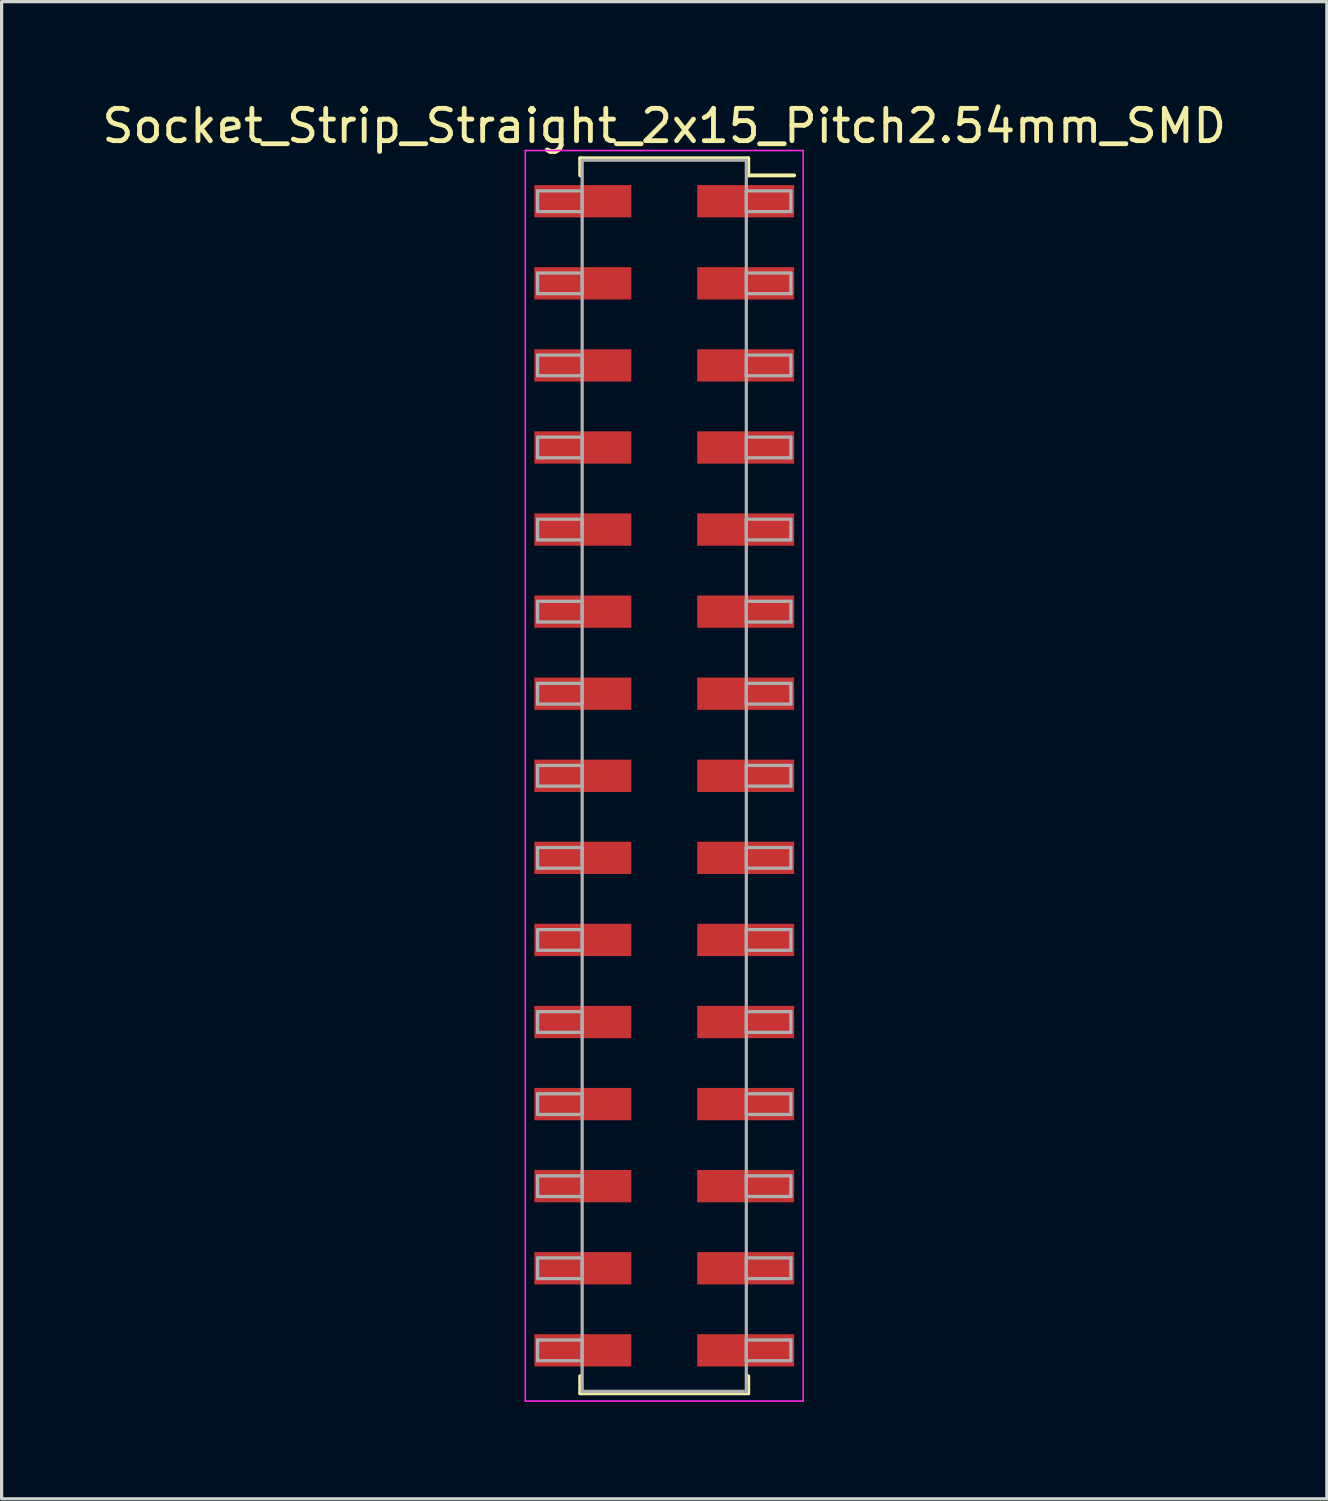
<source format=kicad_pcb>
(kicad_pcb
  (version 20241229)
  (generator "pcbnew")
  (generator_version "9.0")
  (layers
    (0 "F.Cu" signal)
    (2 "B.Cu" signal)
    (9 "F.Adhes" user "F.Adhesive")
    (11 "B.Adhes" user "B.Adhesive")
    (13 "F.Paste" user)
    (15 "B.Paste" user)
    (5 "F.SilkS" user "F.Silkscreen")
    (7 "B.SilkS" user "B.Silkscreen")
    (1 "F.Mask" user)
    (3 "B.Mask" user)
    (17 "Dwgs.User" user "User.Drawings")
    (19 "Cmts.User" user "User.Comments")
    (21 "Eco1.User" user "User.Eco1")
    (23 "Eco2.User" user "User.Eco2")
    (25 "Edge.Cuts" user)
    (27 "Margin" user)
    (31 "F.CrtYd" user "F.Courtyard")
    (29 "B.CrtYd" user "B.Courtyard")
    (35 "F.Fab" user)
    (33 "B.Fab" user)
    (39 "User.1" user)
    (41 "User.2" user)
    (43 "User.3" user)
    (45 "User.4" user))
  (footprint "Socket_Strip_Straight_2x15_Pitch2.54mm_SMD"
    (layer "F.Cu")
    (at 17.506 20.958)
    (property "Reference" "Socket_Strip_Straight_2x15_Pitch2.54mm_SMD" (at 0 -20.11 0) (layer "F.SilkS") (effects (font (size 1 1) (thickness 0.15))))
    (attr smd)
    (fp_line (start -2.6 -19.11) (end 2.6 -19.11) (stroke (width 0.12) (type solid)) (layer "F.SilkS"))
    (fp_line (start -2.6 -18.58) (end -2.6 -19.11) (stroke (width 0.12) (type solid)) (layer "F.SilkS"))
    (fp_line (start -2.6 18.58) (end -2.6 19.11) (stroke (width 0.12) (type solid)) (layer "F.SilkS"))
    (fp_line (start -2.6 19.11) (end 2.6 19.11) (stroke (width 0.12) (type solid)) (layer "F.SilkS"))
    (fp_line (start 2.6 -19.11) (end 2.6 -18.58) (stroke (width 0.12) (type solid)) (layer "F.SilkS"))
    (fp_line (start 2.6 19.11) (end 2.6 18.58) (stroke (width 0.12) (type solid)) (layer "F.SilkS"))
    (fp_line (start 4.02 -18.58) (end 2.6 -18.58) (stroke (width 0.12) (type solid)) (layer "F.SilkS"))
    (fp_line (start -4.3 -19.35) (end -4.3 19.35) (stroke (width 0.05) (type solid)) (layer "F.CrtYd"))
    (fp_line (start -4.3 19.35) (end 4.3 19.35) (stroke (width 0.05) (type solid)) (layer "F.CrtYd"))
    (fp_line (start 4.3 -19.35) (end -4.3 -19.35) (stroke (width 0.05) (type solid)) (layer "F.CrtYd"))
    (fp_line (start 4.3 19.35) (end 4.3 -19.35) (stroke (width 0.05) (type solid)) (layer "F.CrtYd"))
    (fp_line (start -3.92 -18.1) (end -2.54 -18.1) (stroke (width 0.1) (type solid)) (layer "F.Fab"))
    (fp_line (start -3.92 -17.46) (end -3.92 -18.1) (stroke (width 0.1) (type solid)) (layer "F.Fab"))
    (fp_line (start -3.92 -15.56) (end -2.54 -15.56) (stroke (width 0.1) (type solid)) (layer "F.Fab"))
    (fp_line (start -3.92 -14.92) (end -3.92 -15.56) (stroke (width 0.1) (type solid)) (layer "F.Fab"))
    (fp_line (start -3.92 -13.02) (end -2.54 -13.02) (stroke (width 0.1) (type solid)) (layer "F.Fab"))
    (fp_line (start -3.92 -12.38) (end -3.92 -13.02) (stroke (width 0.1) (type solid)) (layer "F.Fab"))
    (fp_line (start -3.92 -10.48) (end -2.54 -10.48) (stroke (width 0.1) (type solid)) (layer "F.Fab"))
    (fp_line (start -3.92 -9.84) (end -3.92 -10.48) (stroke (width 0.1) (type solid)) (layer "F.Fab"))
    (fp_line (start -3.92 -7.94) (end -2.54 -7.94) (stroke (width 0.1) (type solid)) (layer "F.Fab"))
    (fp_line (start -3.92 -7.3) (end -3.92 -7.94) (stroke (width 0.1) (type solid)) (layer "F.Fab"))
    (fp_line (start -3.92 -5.4) (end -2.54 -5.4) (stroke (width 0.1) (type solid)) (layer "F.Fab"))
    (fp_line (start -3.92 -4.76) (end -3.92 -5.4) (stroke (width 0.1) (type solid)) (layer "F.Fab"))
    (fp_line (start -3.92 -2.86) (end -2.54 -2.86) (stroke (width 0.1) (type solid)) (layer "F.Fab"))
    (fp_line (start -3.92 -2.22) (end -3.92 -2.86) (stroke (width 0.1) (type solid)) (layer "F.Fab"))
    (fp_line (start -3.92 -0.32) (end -2.54 -0.32) (stroke (width 0.1) (type solid)) (layer "F.Fab"))
    (fp_line (start -3.92 0.32) (end -3.92 -0.32) (stroke (width 0.1) (type solid)) (layer "F.Fab"))
    (fp_line (start -3.92 2.22) (end -2.54 2.22) (stroke (width 0.1) (type solid)) (layer "F.Fab"))
    (fp_line (start -3.92 2.86) (end -3.92 2.22) (stroke (width 0.1) (type solid)) (layer "F.Fab"))
    (fp_line (start -3.92 4.76) (end -2.54 4.76) (stroke (width 0.1) (type solid)) (layer "F.Fab"))
    (fp_line (start -3.92 5.4) (end -3.92 4.76) (stroke (width 0.1) (type solid)) (layer "F.Fab"))
    (fp_line (start -3.92 7.3) (end -2.54 7.3) (stroke (width 0.1) (type solid)) (layer "F.Fab"))
    (fp_line (start -3.92 7.94) (end -3.92 7.3) (stroke (width 0.1) (type solid)) (layer "F.Fab"))
    (fp_line (start -3.92 9.84) (end -2.54 9.84) (stroke (width 0.1) (type solid)) (layer "F.Fab"))
    (fp_line (start -3.92 10.48) (end -3.92 9.84) (stroke (width 0.1) (type solid)) (layer "F.Fab"))
    (fp_line (start -3.92 12.38) (end -2.54 12.38) (stroke (width 0.1) (type solid)) (layer "F.Fab"))
    (fp_line (start -3.92 13.02) (end -3.92 12.38) (stroke (width 0.1) (type solid)) (layer "F.Fab"))
    (fp_line (start -3.92 14.92) (end -2.54 14.92) (stroke (width 0.1) (type solid)) (layer "F.Fab"))
    (fp_line (start -3.92 15.56) (end -3.92 14.92) (stroke (width 0.1) (type solid)) (layer "F.Fab"))
    (fp_line (start -3.92 17.46) (end -2.54 17.46) (stroke (width 0.1) (type solid)) (layer "F.Fab"))
    (fp_line (start -3.92 18.1) (end -3.92 17.46) (stroke (width 0.1) (type solid)) (layer "F.Fab"))
    (fp_line (start -2.54 -19.05) (end -2.54 19.05) (stroke (width 0.1) (type solid)) (layer "F.Fab"))
    (fp_line (start -2.54 -18.1) (end -2.54 -17.46) (stroke (width 0.1) (type solid)) (layer "F.Fab"))
    (fp_line (start -2.54 -17.46) (end -3.92 -17.46) (stroke (width 0.1) (type solid)) (layer "F.Fab"))
    (fp_line (start -2.54 -15.56) (end -2.54 -14.92) (stroke (width 0.1) (type solid)) (layer "F.Fab"))
    (fp_line (start -2.54 -14.92) (end -3.92 -14.92) (stroke (width 0.1) (type solid)) (layer "F.Fab"))
    (fp_line (start -2.54 -13.02) (end -2.54 -12.38) (stroke (width 0.1) (type solid)) (layer "F.Fab"))
    (fp_line (start -2.54 -12.38) (end -3.92 -12.38) (stroke (width 0.1) (type solid)) (layer "F.Fab"))
    (fp_line (start -2.54 -10.48) (end -2.54 -9.84) (stroke (width 0.1) (type solid)) (layer "F.Fab"))
    (fp_line (start -2.54 -9.84) (end -3.92 -9.84) (stroke (width 0.1) (type solid)) (layer "F.Fab"))
    (fp_line (start -2.54 -7.94) (end -2.54 -7.3) (stroke (width 0.1) (type solid)) (layer "F.Fab"))
    (fp_line (start -2.54 -7.3) (end -3.92 -7.3) (stroke (width 0.1) (type solid)) (layer "F.Fab"))
    (fp_line (start -2.54 -5.4) (end -2.54 -4.76) (stroke (width 0.1) (type solid)) (layer "F.Fab"))
    (fp_line (start -2.54 -4.76) (end -3.92 -4.76) (stroke (width 0.1) (type solid)) (layer "F.Fab"))
    (fp_line (start -2.54 -2.86) (end -2.54 -2.22) (stroke (width 0.1) (type solid)) (layer "F.Fab"))
    (fp_line (start -2.54 -2.22) (end -3.92 -2.22) (stroke (width 0.1) (type solid)) (layer "F.Fab"))
    (fp_line (start -2.54 -0.32) (end -2.54 0.32) (stroke (width 0.1) (type solid)) (layer "F.Fab"))
    (fp_line (start -2.54 0.32) (end -3.92 0.32) (stroke (width 0.1) (type solid)) (layer "F.Fab"))
    (fp_line (start -2.54 2.22) (end -2.54 2.86) (stroke (width 0.1) (type solid)) (layer "F.Fab"))
    (fp_line (start -2.54 2.86) (end -3.92 2.86) (stroke (width 0.1) (type solid)) (layer "F.Fab"))
    (fp_line (start -2.54 4.76) (end -2.54 5.4) (stroke (width 0.1) (type solid)) (layer "F.Fab"))
    (fp_line (start -2.54 5.4) (end -3.92 5.4) (stroke (width 0.1) (type solid)) (layer "F.Fab"))
    (fp_line (start -2.54 7.3) (end -2.54 7.94) (stroke (width 0.1) (type solid)) (layer "F.Fab"))
    (fp_line (start -2.54 7.94) (end -3.92 7.94) (stroke (width 0.1) (type solid)) (layer "F.Fab"))
    (fp_line (start -2.54 9.84) (end -2.54 10.48) (stroke (width 0.1) (type solid)) (layer "F.Fab"))
    (fp_line (start -2.54 10.48) (end -3.92 10.48) (stroke (width 0.1) (type solid)) (layer "F.Fab"))
    (fp_line (start -2.54 12.38) (end -2.54 13.02) (stroke (width 0.1) (type solid)) (layer "F.Fab"))
    (fp_line (start -2.54 13.02) (end -3.92 13.02) (stroke (width 0.1) (type solid)) (layer "F.Fab"))
    (fp_line (start -2.54 14.92) (end -2.54 15.56) (stroke (width 0.1) (type solid)) (layer "F.Fab"))
    (fp_line (start -2.54 15.56) (end -3.92 15.56) (stroke (width 0.1) (type solid)) (layer "F.Fab"))
    (fp_line (start -2.54 17.46) (end -2.54 18.1) (stroke (width 0.1) (type solid)) (layer "F.Fab"))
    (fp_line (start -2.54 18.1) (end -3.92 18.1) (stroke (width 0.1) (type solid)) (layer "F.Fab"))
    (fp_line (start -2.54 19.05) (end 2.54 19.05) (stroke (width 0.1) (type solid)) (layer "F.Fab"))
    (fp_line (start 2.54 -19.05) (end -2.54 -19.05) (stroke (width 0.1) (type solid)) (layer "F.Fab"))
    (fp_line (start 2.54 -18.1) (end 2.54 -17.46) (stroke (width 0.1) (type solid)) (layer "F.Fab"))
    (fp_line (start 2.54 -17.46) (end 3.92 -17.46) (stroke (width 0.1) (type solid)) (layer "F.Fab"))
    (fp_line (start 2.54 -15.56) (end 2.54 -14.92) (stroke (width 0.1) (type solid)) (layer "F.Fab"))
    (fp_line (start 2.54 -14.92) (end 3.92 -14.92) (stroke (width 0.1) (type solid)) (layer "F.Fab"))
    (fp_line (start 2.54 -13.02) (end 2.54 -12.38) (stroke (width 0.1) (type solid)) (layer "F.Fab"))
    (fp_line (start 2.54 -12.38) (end 3.92 -12.38) (stroke (width 0.1) (type solid)) (layer "F.Fab"))
    (fp_line (start 2.54 -10.48) (end 2.54 -9.84) (stroke (width 0.1) (type solid)) (layer "F.Fab"))
    (fp_line (start 2.54 -9.84) (end 3.92 -9.84) (stroke (width 0.1) (type solid)) (layer "F.Fab"))
    (fp_line (start 2.54 -7.94) (end 2.54 -7.3) (stroke (width 0.1) (type solid)) (layer "F.Fab"))
    (fp_line (start 2.54 -7.3) (end 3.92 -7.3) (stroke (width 0.1) (type solid)) (layer "F.Fab"))
    (fp_line (start 2.54 -5.4) (end 2.54 -4.76) (stroke (width 0.1) (type solid)) (layer "F.Fab"))
    (fp_line (start 2.54 -4.76) (end 3.92 -4.76) (stroke (width 0.1) (type solid)) (layer "F.Fab"))
    (fp_line (start 2.54 -2.86) (end 2.54 -2.22) (stroke (width 0.1) (type solid)) (layer "F.Fab"))
    (fp_line (start 2.54 -2.22) (end 3.92 -2.22) (stroke (width 0.1) (type solid)) (layer "F.Fab"))
    (fp_line (start 2.54 -0.32) (end 2.54 0.32) (stroke (width 0.1) (type solid)) (layer "F.Fab"))
    (fp_line (start 2.54 0.32) (end 3.92 0.32) (stroke (width 0.1) (type solid)) (layer "F.Fab"))
    (fp_line (start 2.54 2.22) (end 2.54 2.86) (stroke (width 0.1) (type solid)) (layer "F.Fab"))
    (fp_line (start 2.54 2.86) (end 3.92 2.86) (stroke (width 0.1) (type solid)) (layer "F.Fab"))
    (fp_line (start 2.54 4.76) (end 2.54 5.4) (stroke (width 0.1) (type solid)) (layer "F.Fab"))
    (fp_line (start 2.54 5.4) (end 3.92 5.4) (stroke (width 0.1) (type solid)) (layer "F.Fab"))
    (fp_line (start 2.54 7.3) (end 2.54 7.94) (stroke (width 0.1) (type solid)) (layer "F.Fab"))
    (fp_line (start 2.54 7.94) (end 3.92 7.94) (stroke (width 0.1) (type solid)) (layer "F.Fab"))
    (fp_line (start 2.54 9.84) (end 2.54 10.48) (stroke (width 0.1) (type solid)) (layer "F.Fab"))
    (fp_line (start 2.54 10.48) (end 3.92 10.48) (stroke (width 0.1) (type solid)) (layer "F.Fab"))
    (fp_line (start 2.54 12.38) (end 2.54 13.02) (stroke (width 0.1) (type solid)) (layer "F.Fab"))
    (fp_line (start 2.54 13.02) (end 3.92 13.02) (stroke (width 0.1) (type solid)) (layer "F.Fab"))
    (fp_line (start 2.54 14.92) (end 2.54 15.56) (stroke (width 0.1) (type solid)) (layer "F.Fab"))
    (fp_line (start 2.54 15.56) (end 3.92 15.56) (stroke (width 0.1) (type solid)) (layer "F.Fab"))
    (fp_line (start 2.54 17.46) (end 2.54 18.1) (stroke (width 0.1) (type solid)) (layer "F.Fab"))
    (fp_line (start 2.54 18.1) (end 3.92 18.1) (stroke (width 0.1) (type solid)) (layer "F.Fab"))
    (fp_line (start 2.54 19.05) (end 2.54 -19.05) (stroke (width 0.1) (type solid)) (layer "F.Fab"))
    (fp_line (start 3.92 -18.1) (end 2.54 -18.1) (stroke (width 0.1) (type solid)) (layer "F.Fab"))
    (fp_line (start 3.92 -17.46) (end 3.92 -18.1) (stroke (width 0.1) (type solid)) (layer "F.Fab"))
    (fp_line (start 3.92 -15.56) (end 2.54 -15.56) (stroke (width 0.1) (type solid)) (layer "F.Fab"))
    (fp_line (start 3.92 -14.92) (end 3.92 -15.56) (stroke (width 0.1) (type solid)) (layer "F.Fab"))
    (fp_line (start 3.92 -13.02) (end 2.54 -13.02) (stroke (width 0.1) (type solid)) (layer "F.Fab"))
    (fp_line (start 3.92 -12.38) (end 3.92 -13.02) (stroke (width 0.1) (type solid)) (layer "F.Fab"))
    (fp_line (start 3.92 -10.48) (end 2.54 -10.48) (stroke (width 0.1) (type solid)) (layer "F.Fab"))
    (fp_line (start 3.92 -9.84) (end 3.92 -10.48) (stroke (width 0.1) (type solid)) (layer "F.Fab"))
    (fp_line (start 3.92 -7.94) (end 2.54 -7.94) (stroke (width 0.1) (type solid)) (layer "F.Fab"))
    (fp_line (start 3.92 -7.3) (end 3.92 -7.94) (stroke (width 0.1) (type solid)) (layer "F.Fab"))
    (fp_line (start 3.92 -5.4) (end 2.54 -5.4) (stroke (width 0.1) (type solid)) (layer "F.Fab"))
    (fp_line (start 3.92 -4.76) (end 3.92 -5.4) (stroke (width 0.1) (type solid)) (layer "F.Fab"))
    (fp_line (start 3.92 -2.86) (end 2.54 -2.86) (stroke (width 0.1) (type solid)) (layer "F.Fab"))
    (fp_line (start 3.92 -2.22) (end 3.92 -2.86) (stroke (width 0.1) (type solid)) (layer "F.Fab"))
    (fp_line (start 3.92 -0.32) (end 2.54 -0.32) (stroke (width 0.1) (type solid)) (layer "F.Fab"))
    (fp_line (start 3.92 0.32) (end 3.92 -0.32) (stroke (width 0.1) (type solid)) (layer "F.Fab"))
    (fp_line (start 3.92 2.22) (end 2.54 2.22) (stroke (width 0.1) (type solid)) (layer "F.Fab"))
    (fp_line (start 3.92 2.86) (end 3.92 2.22) (stroke (width 0.1) (type solid)) (layer "F.Fab"))
    (fp_line (start 3.92 4.76) (end 2.54 4.76) (stroke (width 0.1) (type solid)) (layer "F.Fab"))
    (fp_line (start 3.92 5.4) (end 3.92 4.76) (stroke (width 0.1) (type solid)) (layer "F.Fab"))
    (fp_line (start 3.92 7.3) (end 2.54 7.3) (stroke (width 0.1) (type solid)) (layer "F.Fab"))
    (fp_line (start 3.92 7.94) (end 3.92 7.3) (stroke (width 0.1) (type solid)) (layer "F.Fab"))
    (fp_line (start 3.92 9.84) (end 2.54 9.84) (stroke (width 0.1) (type solid)) (layer "F.Fab"))
    (fp_line (start 3.92 10.48) (end 3.92 9.84) (stroke (width 0.1) (type solid)) (layer "F.Fab"))
    (fp_line (start 3.92 12.38) (end 2.54 12.38) (stroke (width 0.1) (type solid)) (layer "F.Fab"))
    (fp_line (start 3.92 13.02) (end 3.92 12.38) (stroke (width 0.1) (type solid)) (layer "F.Fab"))
    (fp_line (start 3.92 14.92) (end 2.54 14.92) (stroke (width 0.1) (type solid)) (layer "F.Fab"))
    (fp_line (start 3.92 15.56) (end 3.92 14.92) (stroke (width 0.1) (type solid)) (layer "F.Fab"))
    (fp_line (start 3.92 17.46) (end 2.54 17.46) (stroke (width 0.1) (type solid)) (layer "F.Fab"))
    (fp_line (start 3.92 18.1) (end 3.92 17.46) (stroke (width 0.1) (type solid)) (layer "F.Fab"))
    (pad "1" smd rect (at 2.52 -17.78) (size 3 1) (layers "F.Cu" "F.Mask"))
    (pad "2" smd rect (at -2.52 -17.78) (size 3 1) (layers "F.Cu" "F.Mask"))
    (pad "3" smd rect (at 2.52 -15.24) (size 3 1) (layers "F.Cu" "F.Mask"))
    (pad "4" smd rect (at -2.52 -15.24) (size 3 1) (layers "F.Cu" "F.Mask"))
    (pad "5" smd rect (at 2.52 -12.7) (size 3 1) (layers "F.Cu" "F.Mask"))
    (pad "6" smd rect (at -2.52 -12.7) (size 3 1) (layers "F.Cu" "F.Mask"))
    (pad "7" smd rect (at 2.52 -10.16) (size 3 1) (layers "F.Cu" "F.Mask"))
    (pad "8" smd rect (at -2.52 -10.16) (size 3 1) (layers "F.Cu" "F.Mask"))
    (pad "9" smd rect (at 2.52 -7.62) (size 3 1) (layers "F.Cu" "F.Mask"))
    (pad "10" smd rect (at -2.52 -7.62) (size 3 1) (layers "F.Cu" "F.Mask"))
    (pad "11" smd rect (at 2.52 -5.08) (size 3 1) (layers "F.Cu" "F.Mask"))
    (pad "12" smd rect (at -2.52 -5.08) (size 3 1) (layers "F.Cu" "F.Mask"))
    (pad "13" smd rect (at 2.52 -2.54) (size 3 1) (layers "F.Cu" "F.Mask"))
    (pad "14" smd rect (at -2.52 -2.54) (size 3 1) (layers "F.Cu" "F.Mask"))
    (pad "15" smd rect (at 2.52 0) (size 3 1) (layers "F.Cu" "F.Mask"))
    (pad "16" smd rect (at -2.52 0) (size 3 1) (layers "F.Cu" "F.Mask"))
    (pad "17" smd rect (at 2.52 2.54) (size 3 1) (layers "F.Cu" "F.Mask"))
    (pad "18" smd rect (at -2.52 2.54) (size 3 1) (layers "F.Cu" "F.Mask"))
    (pad "19" smd rect (at 2.52 5.08) (size 3 1) (layers "F.Cu" "F.Mask"))
    (pad "20" smd rect (at -2.52 5.08) (size 3 1) (layers "F.Cu" "F.Mask"))
    (pad "21" smd rect (at 2.52 7.62) (size 3 1) (layers "F.Cu" "F.Mask"))
    (pad "22" smd rect (at -2.52 7.62) (size 3 1) (layers "F.Cu" "F.Mask"))
    (pad "23" smd rect (at 2.52 10.16) (size 3 1) (layers "F.Cu" "F.Mask"))
    (pad "24" smd rect (at -2.52 10.16) (size 3 1) (layers "F.Cu" "F.Mask"))
    (pad "25" smd rect (at 2.52 12.7) (size 3 1) (layers "F.Cu" "F.Mask"))
    (pad "26" smd rect (at -2.52 12.7) (size 3 1) (layers "F.Cu" "F.Mask"))
    (pad "27" smd rect (at 2.52 15.24) (size 3 1) (layers "F.Cu" "F.Mask"))
    (pad "28" smd rect (at -2.52 15.24) (size 3 1) (layers "F.Cu" "F.Mask"))
    (pad "29" smd rect (at 2.52 17.78) (size 3 1) (layers "F.Cu" "F.Mask"))
    (pad "30" smd rect (at -2.52 17.78) (size 3 1) (layers "F.Cu" "F.Mask")))
  (gr_rect
    (start -3 -3)
    (end 38.012 43.333)
    (stroke (width 0.1) (type default))
    (fill no)
    (layer "Edge.Cuts")))
</source>
